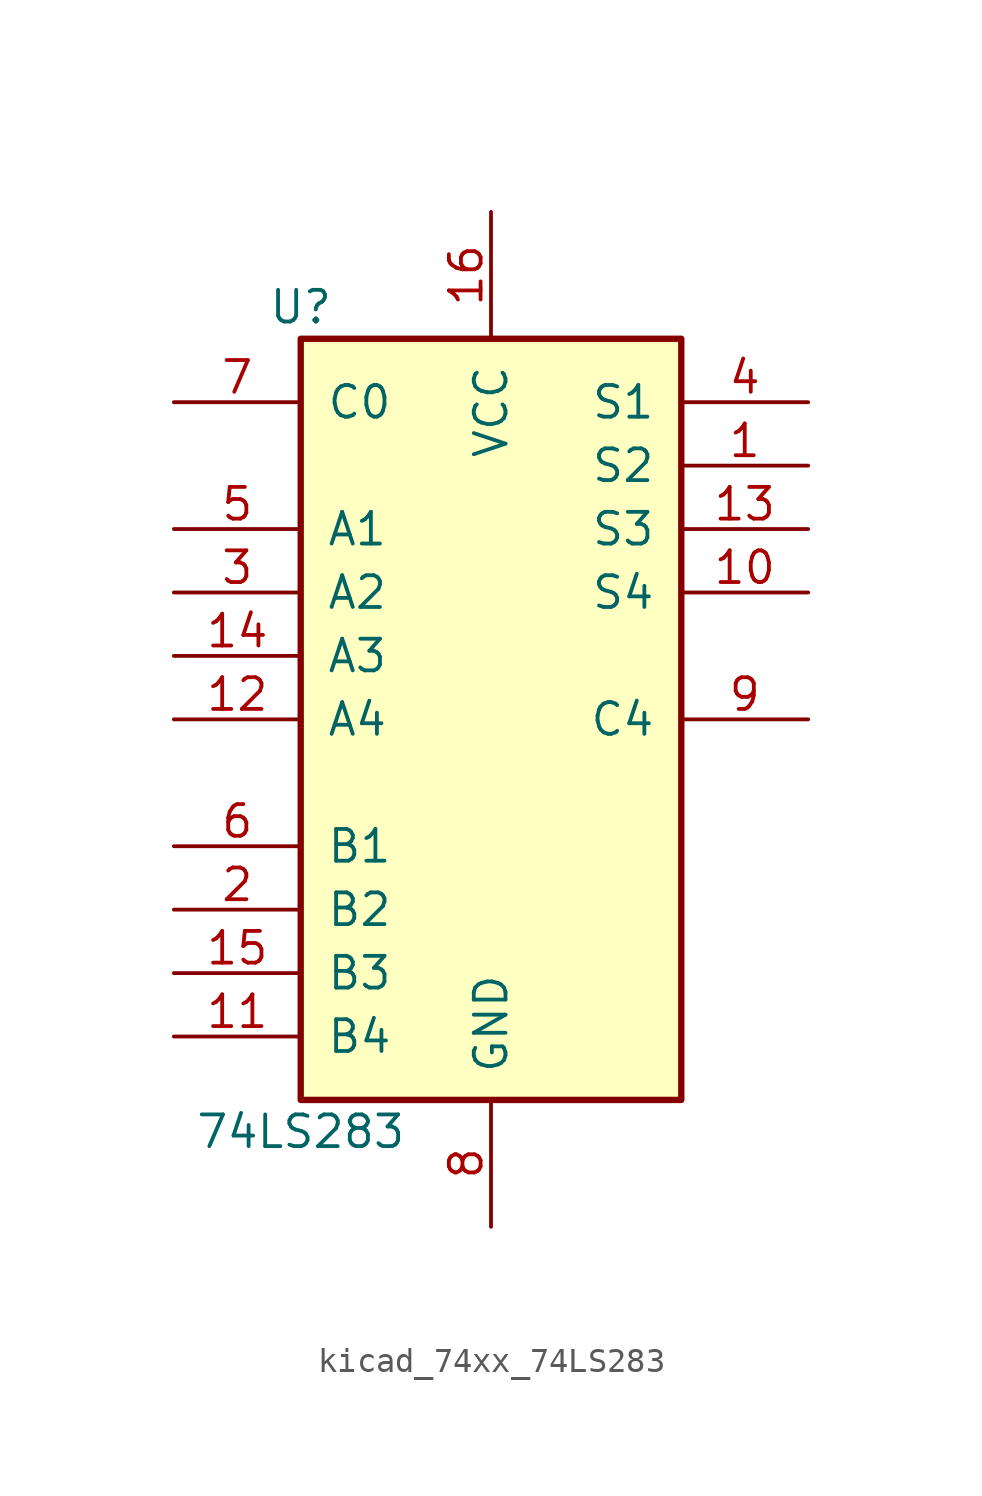
<source format=kicad_sym>
(kicad_symbol_lib
  (version 20220914)
  (generator kicad_symbol_editor)
  (symbol "kicad_74xx_74LS283"
    (pin_names
      (offset 1.016))
    (property "Reference" "U"
      (at -7.62 16.51 0)
      (effects (font (size 1.27 1.27))))
    (property "Value" "74LS283"
      (at -7.62 -16.51 0)
      (effects (font (size 1.27 1.27))))
    (property "ki_locked" ""
      (at 0 0 0)
      (effects (font (size 1.27 1.27))))
    (symbol "kicad_74xx_74LS283_1_0"
      (pin output line (at 12.7 10.16 180) (length 5.08) (name "S2" (effects (font (size 1.27 1.27)))) (number "1" (effects (font (size 1.27 1.27)))))
      (pin output line (at 12.7 5.08 180) (length 5.08) (name "S4" (effects (font (size 1.27 1.27)))) (number "10" (effects (font (size 1.27 1.27)))))
      (pin input line (at -12.7 -12.7 0) (length 5.08) (name "B4" (effects (font (size 1.27 1.27)))) (number "11" (effects (font (size 1.27 1.27)))))
      (pin input line (at -12.7 0 0) (length 5.08) (name "A4" (effects (font (size 1.27 1.27)))) (number "12" (effects (font (size 1.27 1.27)))))
      (pin output line (at 12.7 7.62 180) (length 5.08) (name "S3" (effects (font (size 1.27 1.27)))) (number "13" (effects (font (size 1.27 1.27)))))
      (pin input line (at -12.7 2.54 0) (length 5.08) (name "A3" (effects (font (size 1.27 1.27)))) (number "14" (effects (font (size 1.27 1.27)))))
      (pin input line (at -12.7 -10.16 0) (length 5.08) (name "B3" (effects (font (size 1.27 1.27)))) (number "15" (effects (font (size 1.27 1.27)))))
      (pin power_in line (at 0 20.32 270) (length 5.08) (name "VCC" (effects (font (size 1.27 1.27)))) (number "16" (effects (font (size 1.27 1.27)))))
      (pin input line (at -12.7 -7.62 0) (length 5.08) (name "B2" (effects (font (size 1.27 1.27)))) (number "2" (effects (font (size 1.27 1.27)))))
      (pin input line (at -12.7 5.08 0) (length 5.08) (name "A2" (effects (font (size 1.27 1.27)))) (number "3" (effects (font (size 1.27 1.27)))))
      (pin output line (at 12.7 12.7 180) (length 5.08) (name "S1" (effects (font (size 1.27 1.27)))) (number "4" (effects (font (size 1.27 1.27)))))
      (pin input line (at -12.7 7.62 0) (length 5.08) (name "A1" (effects (font (size 1.27 1.27)))) (number "5" (effects (font (size 1.27 1.27)))))
      (pin input line (at -12.7 -5.08 0) (length 5.08) (name "B1" (effects (font (size 1.27 1.27)))) (number "6" (effects (font (size 1.27 1.27)))))
      (pin input line (at -12.7 12.7 0) (length 5.08) (name "C0" (effects (font (size 1.27 1.27)))) (number "7" (effects (font (size 1.27 1.27)))))
      (pin power_in line (at 0 -20.32 90) (length 5.08) (name "GND" (effects (font (size 1.27 1.27)))) (number "8" (effects (font (size 1.27 1.27)))))
      (pin output line (at 12.7 0 180) (length 5.08) (name "C4" (effects (font (size 1.27 1.27)))) (number "9" (effects (font (size 1.27 1.27))))))
    (symbol "kicad_74xx_74LS283_1_1"
      (rectangle (start -7.62 15.24) (end 7.62 -15.24) (stroke (width 0.254) (type default)) (fill (type background))))))
</source>
